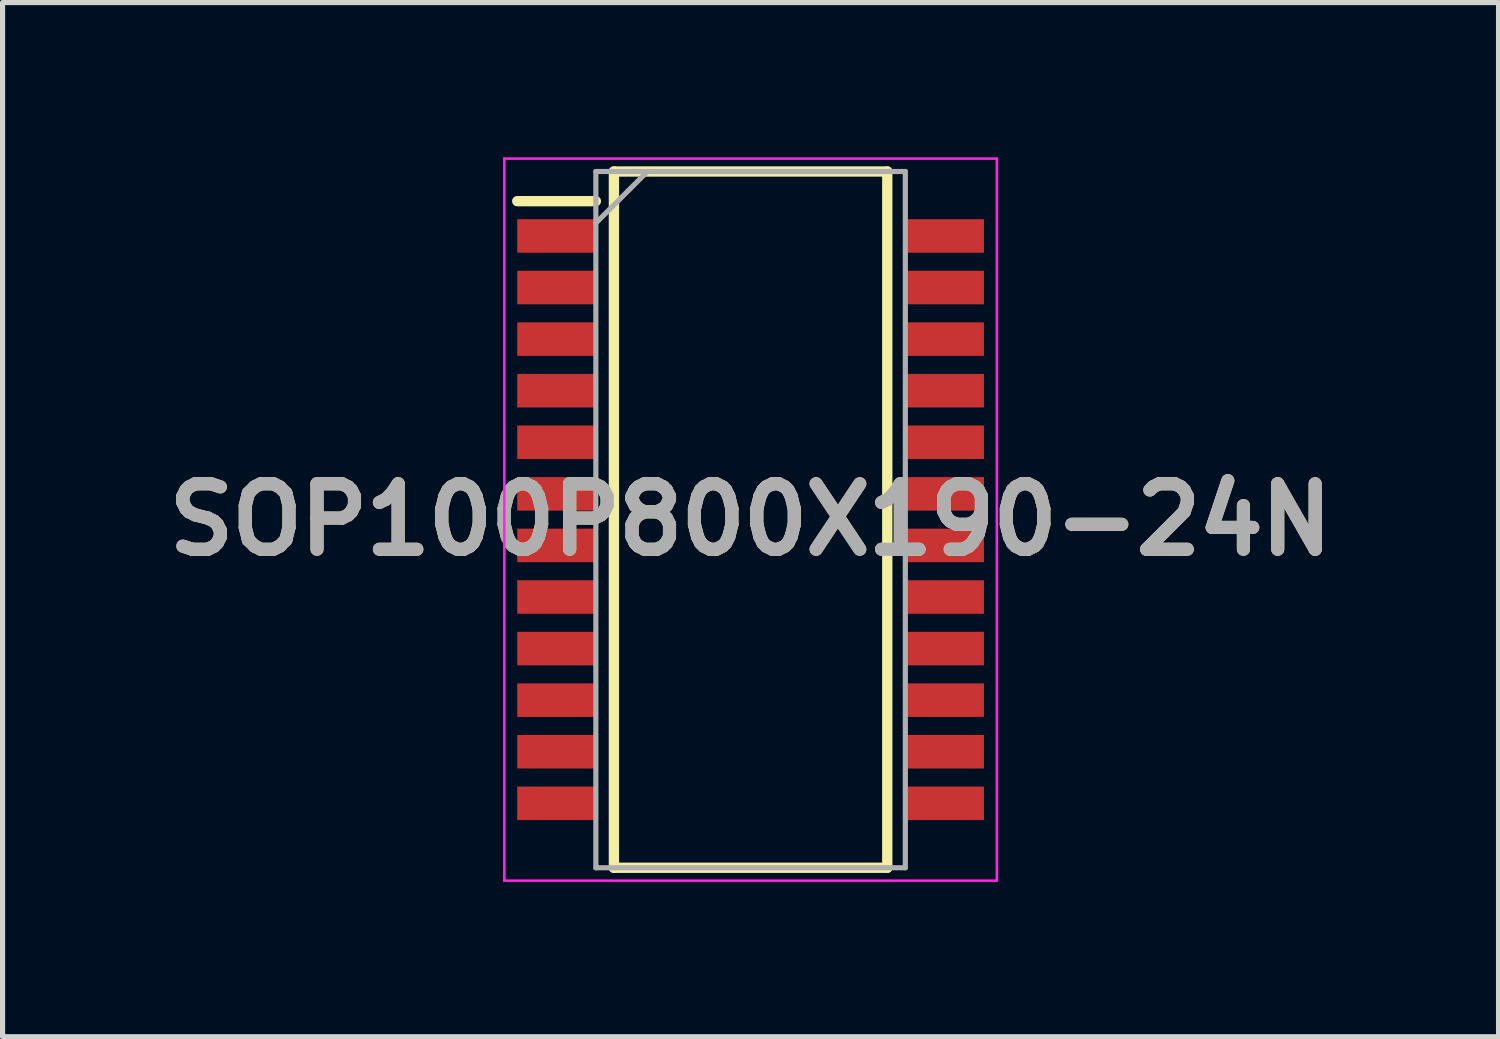
<source format=kicad_pcb>
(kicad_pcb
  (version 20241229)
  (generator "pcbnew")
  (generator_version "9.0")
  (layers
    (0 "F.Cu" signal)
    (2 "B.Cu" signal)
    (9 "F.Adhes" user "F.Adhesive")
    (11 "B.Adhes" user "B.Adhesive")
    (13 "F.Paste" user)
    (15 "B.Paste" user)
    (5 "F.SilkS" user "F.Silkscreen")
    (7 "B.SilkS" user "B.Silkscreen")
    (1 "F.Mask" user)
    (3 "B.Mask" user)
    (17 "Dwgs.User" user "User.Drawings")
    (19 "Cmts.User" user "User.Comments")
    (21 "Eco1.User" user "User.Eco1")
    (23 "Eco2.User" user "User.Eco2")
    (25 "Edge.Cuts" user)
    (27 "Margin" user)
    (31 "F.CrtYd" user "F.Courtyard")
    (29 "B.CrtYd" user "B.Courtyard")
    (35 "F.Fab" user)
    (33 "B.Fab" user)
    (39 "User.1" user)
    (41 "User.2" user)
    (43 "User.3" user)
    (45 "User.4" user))
  (footprint "SOP100P800X190-24N"
    (layer "F.Cu")
    (at 11.503 7.025)
    (property "Reference" "SOP100P800X190-24N" (at 0 0 0) (layer "F.SilkS") (effects (font (size 1.27 1.27) (thickness 0.254))))
    (attr smd)
    (fp_line (start -4.525 -6.175) (end -3 -6.175) (stroke (width 0.2) (type solid)) (layer "F.SilkS"))
    (fp_line (start -2.65 -6.75) (end 2.65 -6.75) (stroke (width 0.2) (type solid)) (layer "F.SilkS"))
    (fp_line (start -2.65 6.75) (end -2.65 -6.75) (stroke (width 0.2) (type solid)) (layer "F.SilkS"))
    (fp_line (start 2.65 -6.75) (end 2.65 6.75) (stroke (width 0.2) (type solid)) (layer "F.SilkS"))
    (fp_line (start 2.65 6.75) (end -2.65 6.75) (stroke (width 0.2) (type solid)) (layer "F.SilkS"))
    (fp_line (start -4.775 -7) (end 4.775 -7) (stroke (width 0.05) (type solid)) (layer "F.CrtYd"))
    (fp_line (start -4.775 7) (end -4.775 -7) (stroke (width 0.05) (type solid)) (layer "F.CrtYd"))
    (fp_line (start 4.775 -7) (end 4.775 7) (stroke (width 0.05) (type solid)) (layer "F.CrtYd"))
    (fp_line (start 4.775 7) (end -4.775 7) (stroke (width 0.05) (type solid)) (layer "F.CrtYd"))
    (fp_line (start -3 -6.75) (end 3 -6.75) (stroke (width 0.1) (type solid)) (layer "F.Fab"))
    (fp_line (start -3 -5.75) (end -2 -6.75) (stroke (width 0.1) (type solid)) (layer "F.Fab"))
    (fp_line (start -3 6.75) (end -3 -6.75) (stroke (width 0.1) (type solid)) (layer "F.Fab"))
    (fp_line (start 3 -6.75) (end 3 6.75) (stroke (width 0.1) (type solid)) (layer "F.Fab"))
    (fp_line (start 3 6.75) (end -3 6.75) (stroke (width 0.1) (type solid)) (layer "F.Fab"))
    (fp_text user "${REFERENCE}" (at 0 0 0) (layer "F.Fab") (effects (font (size 1.27 1.27) (thickness 0.254))))
    (pad "1" smd rect (at -3.762 -5.5 90) (size 0.65 1.525) (layers "F.Cu" "F.Mask" "F.Paste"))
    (pad "2" smd rect (at -3.762 -4.5 90) (size 0.65 1.525) (layers "F.Cu" "F.Mask" "F.Paste"))
    (pad "3" smd rect (at -3.762 -3.5 90) (size 0.65 1.525) (layers "F.Cu" "F.Mask" "F.Paste"))
    (pad "4" smd rect (at -3.762 -2.5 90) (size 0.65 1.525) (layers "F.Cu" "F.Mask" "F.Paste"))
    (pad "5" smd rect (at -3.762 -1.5 90) (size 0.65 1.525) (layers "F.Cu" "F.Mask" "F.Paste"))
    (pad "6" smd rect (at -3.762 -0.5 90) (size 0.65 1.525) (layers "F.Cu" "F.Mask" "F.Paste"))
    (pad "7" smd rect (at -3.762 0.5 90) (size 0.65 1.525) (layers "F.Cu" "F.Mask" "F.Paste"))
    (pad "8" smd rect (at -3.762 1.5 90) (size 0.65 1.525) (layers "F.Cu" "F.Mask" "F.Paste"))
    (pad "9" smd rect (at -3.762 2.5 90) (size 0.65 1.525) (layers "F.Cu" "F.Mask" "F.Paste"))
    (pad "10" smd rect (at -3.762 3.5 90) (size 0.65 1.525) (layers "F.Cu" "F.Mask" "F.Paste"))
    (pad "11" smd rect (at -3.762 4.5 90) (size 0.65 1.525) (layers "F.Cu" "F.Mask" "F.Paste"))
    (pad "12" smd rect (at -3.762 5.5 90) (size 0.65 1.525) (layers "F.Cu" "F.Mask" "F.Paste"))
    (pad "13" smd rect (at 3.762 5.5 90) (size 0.65 1.525) (layers "F.Cu" "F.Mask" "F.Paste"))
    (pad "14" smd rect (at 3.762 4.5 90) (size 0.65 1.525) (layers "F.Cu" "F.Mask" "F.Paste"))
    (pad "15" smd rect (at 3.762 3.5 90) (size 0.65 1.525) (layers "F.Cu" "F.Mask" "F.Paste"))
    (pad "16" smd rect (at 3.762 2.5 90) (size 0.65 1.525) (layers "F.Cu" "F.Mask" "F.Paste"))
    (pad "17" smd rect (at 3.762 1.5 90) (size 0.65 1.525) (layers "F.Cu" "F.Mask" "F.Paste"))
    (pad "18" smd rect (at 3.762 0.5 90) (size 0.65 1.525) (layers "F.Cu" "F.Mask" "F.Paste"))
    (pad "19" smd rect (at 3.762 -0.5 90) (size 0.65 1.525) (layers "F.Cu" "F.Mask" "F.Paste"))
    (pad "20" smd rect (at 3.762 -1.5 90) (size 0.65 1.525) (layers "F.Cu" "F.Mask" "F.Paste"))
    (pad "21" smd rect (at 3.762 -2.5 90) (size 0.65 1.525) (layers "F.Cu" "F.Mask" "F.Paste"))
    (pad "22" smd rect (at 3.762 -3.5 90) (size 0.65 1.525) (layers "F.Cu" "F.Mask" "F.Paste"))
    (pad "23" smd rect (at 3.762 -4.5 90) (size 0.65 1.525) (layers "F.Cu" "F.Mask" "F.Paste"))
    (pad "24" smd rect (at 3.762 -5.5 90) (size 0.65 1.525) (layers "F.Cu" "F.Mask" "F.Paste")))
  (gr_rect
    (start -3 -3)
    (end 26.005 17.05)
    (stroke (width 0.1) (type default))
    (fill no)
    (layer "Edge.Cuts")))
</source>
